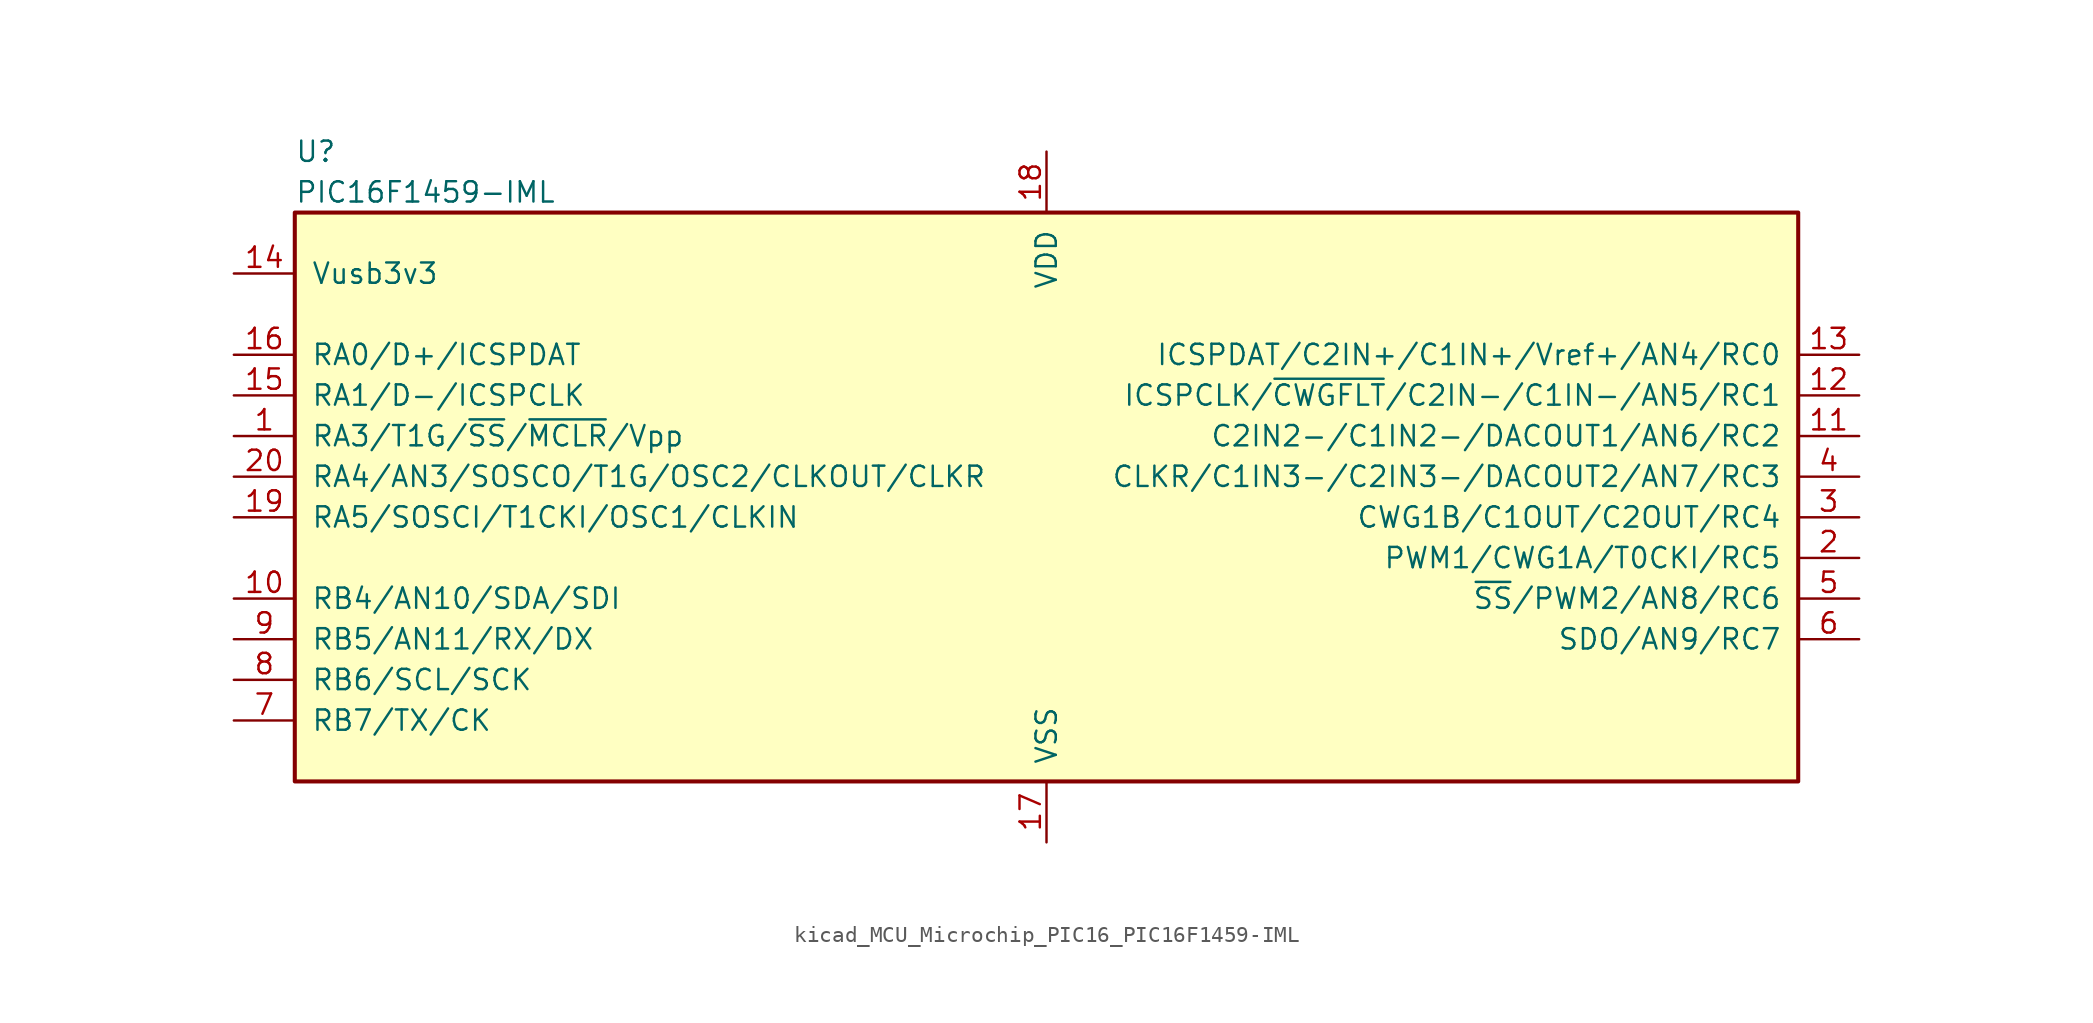
<source format=kicad_sym>
(kicad_symbol_lib
  (version 20220914)
  (generator kicad_symbol_editor)
  (symbol "kicad_MCU_Microchip_PIC16_PIC16F1459-IML"
    (pin_names
      (offset 1.016))
    (property "Reference" "U"
      (at -46.99 17.78 0)
      (effects (font (size 1.27 1.27)) (justify left)))
    (property "Value" "PIC16F1459-IML"
      (at -46.99 15.24 0)
      (effects (font (size 1.27 1.27)) (justify left)))
    (symbol "kicad_MCU_Microchip_PIC16_PIC16F1459-IML_0_1"
      (rectangle (start -46.99 13.97) (end 46.99 -21.59) (stroke (width 0.254) (type default)) (fill (type background))))
    (symbol "kicad_MCU_Microchip_PIC16_PIC16F1459-IML_1_1"
      (pin input line (at -50.8 0 0) (length 3.81) (name "RA3/T1G/~{SS}/~{MCLR}/Vpp" (effects (font (size 1.27 1.27)))) (number "1" (effects (font (size 1.27 1.27)))))
      (pin bidirectional line (at -50.8 -10.16 0) (length 3.81) (name "RB4/AN10/SDA/SDI" (effects (font (size 1.27 1.27)))) (number "10" (effects (font (size 1.27 1.27)))))
      (pin bidirectional line (at 50.8 0 180) (length 3.81) (name "C2IN2-/C1IN2-/DACOUT1/AN6/RC2" (effects (font (size 1.27 1.27)))) (number "11" (effects (font (size 1.27 1.27)))))
      (pin bidirectional line (at 50.8 2.54 180) (length 3.81) (name "ICSPCLK/~{CWGFLT}/C2IN-/C1IN-/AN5/RC1" (effects (font (size 1.27 1.27)))) (number "12" (effects (font (size 1.27 1.27)))))
      (pin bidirectional line (at 50.8 5.08 180) (length 3.81) (name "ICSPDAT/C2IN+/C1IN+/Vref+/AN4/RC0" (effects (font (size 1.27 1.27)))) (number "13" (effects (font (size 1.27 1.27)))))
      (pin bidirectional line (at -50.8 10.16 0) (length 3.81) (name "Vusb3v3" (effects (font (size 1.27 1.27)))) (number "14" (effects (font (size 1.27 1.27)))))
      (pin bidirectional line (at -50.8 2.54 0) (length 3.81) (name "RA1/D-/ICSPCLK" (effects (font (size 1.27 1.27)))) (number "15" (effects (font (size 1.27 1.27)))))
      (pin bidirectional line (at -50.8 5.08 0) (length 3.81) (name "RA0/D+/ICSPDAT" (effects (font (size 1.27 1.27)))) (number "16" (effects (font (size 1.27 1.27)))))
      (pin power_in line (at 0 -25.4 90) (length 3.81) (name "VSS" (effects (font (size 1.27 1.27)))) (number "17" (effects (font (size 1.27 1.27)))))
      (pin power_in line (at 0 17.78 270) (length 3.81) (name "VDD" (effects (font (size 1.27 1.27)))) (number "18" (effects (font (size 1.27 1.27)))))
      (pin bidirectional line (at -50.8 -5.08 0) (length 3.81) (name "RA5/SOSCI/T1CKI/OSC1/CLKIN" (effects (font (size 1.27 1.27)))) (number "19" (effects (font (size 1.27 1.27)))))
      (pin bidirectional line (at 50.8 -7.62 180) (length 3.81) (name "PWM1/CWG1A/T0CKI/RC5" (effects (font (size 1.27 1.27)))) (number "2" (effects (font (size 1.27 1.27)))))
      (pin bidirectional line (at -50.8 -2.54 0) (length 3.81) (name "RA4/AN3/SOSCO/T1G/OSC2/CLKOUT/CLKR" (effects (font (size 1.27 1.27)))) (number "20" (effects (font (size 1.27 1.27)))))
      (pin bidirectional line (at 50.8 -5.08 180) (length 3.81) (name "CWG1B/C1OUT/C2OUT/RC4" (effects (font (size 1.27 1.27)))) (number "3" (effects (font (size 1.27 1.27)))))
      (pin bidirectional line (at 50.8 -2.54 180) (length 3.81) (name "CLKR/C1IN3-/C2IN3-/DACOUT2/AN7/RC3" (effects (font (size 1.27 1.27)))) (number "4" (effects (font (size 1.27 1.27)))))
      (pin bidirectional line (at 50.8 -10.16 180) (length 3.81) (name "~{SS}/PWM2/AN8/RC6" (effects (font (size 1.27 1.27)))) (number "5" (effects (font (size 1.27 1.27)))))
      (pin bidirectional line (at 50.8 -12.7 180) (length 3.81) (name "SDO/AN9/RC7" (effects (font (size 1.27 1.27)))) (number "6" (effects (font (size 1.27 1.27)))))
      (pin bidirectional line (at -50.8 -17.78 0) (length 3.81) (name "RB7/TX/CK" (effects (font (size 1.27 1.27)))) (number "7" (effects (font (size 1.27 1.27)))))
      (pin bidirectional line (at -50.8 -15.24 0) (length 3.81) (name "RB6/SCL/SCK" (effects (font (size 1.27 1.27)))) (number "8" (effects (font (size 1.27 1.27)))))
      (pin bidirectional line (at -50.8 -12.7 0) (length 3.81) (name "RB5/AN11/RX/DX" (effects (font (size 1.27 1.27)))) (number "9" (effects (font (size 1.27 1.27))))))))
</source>
